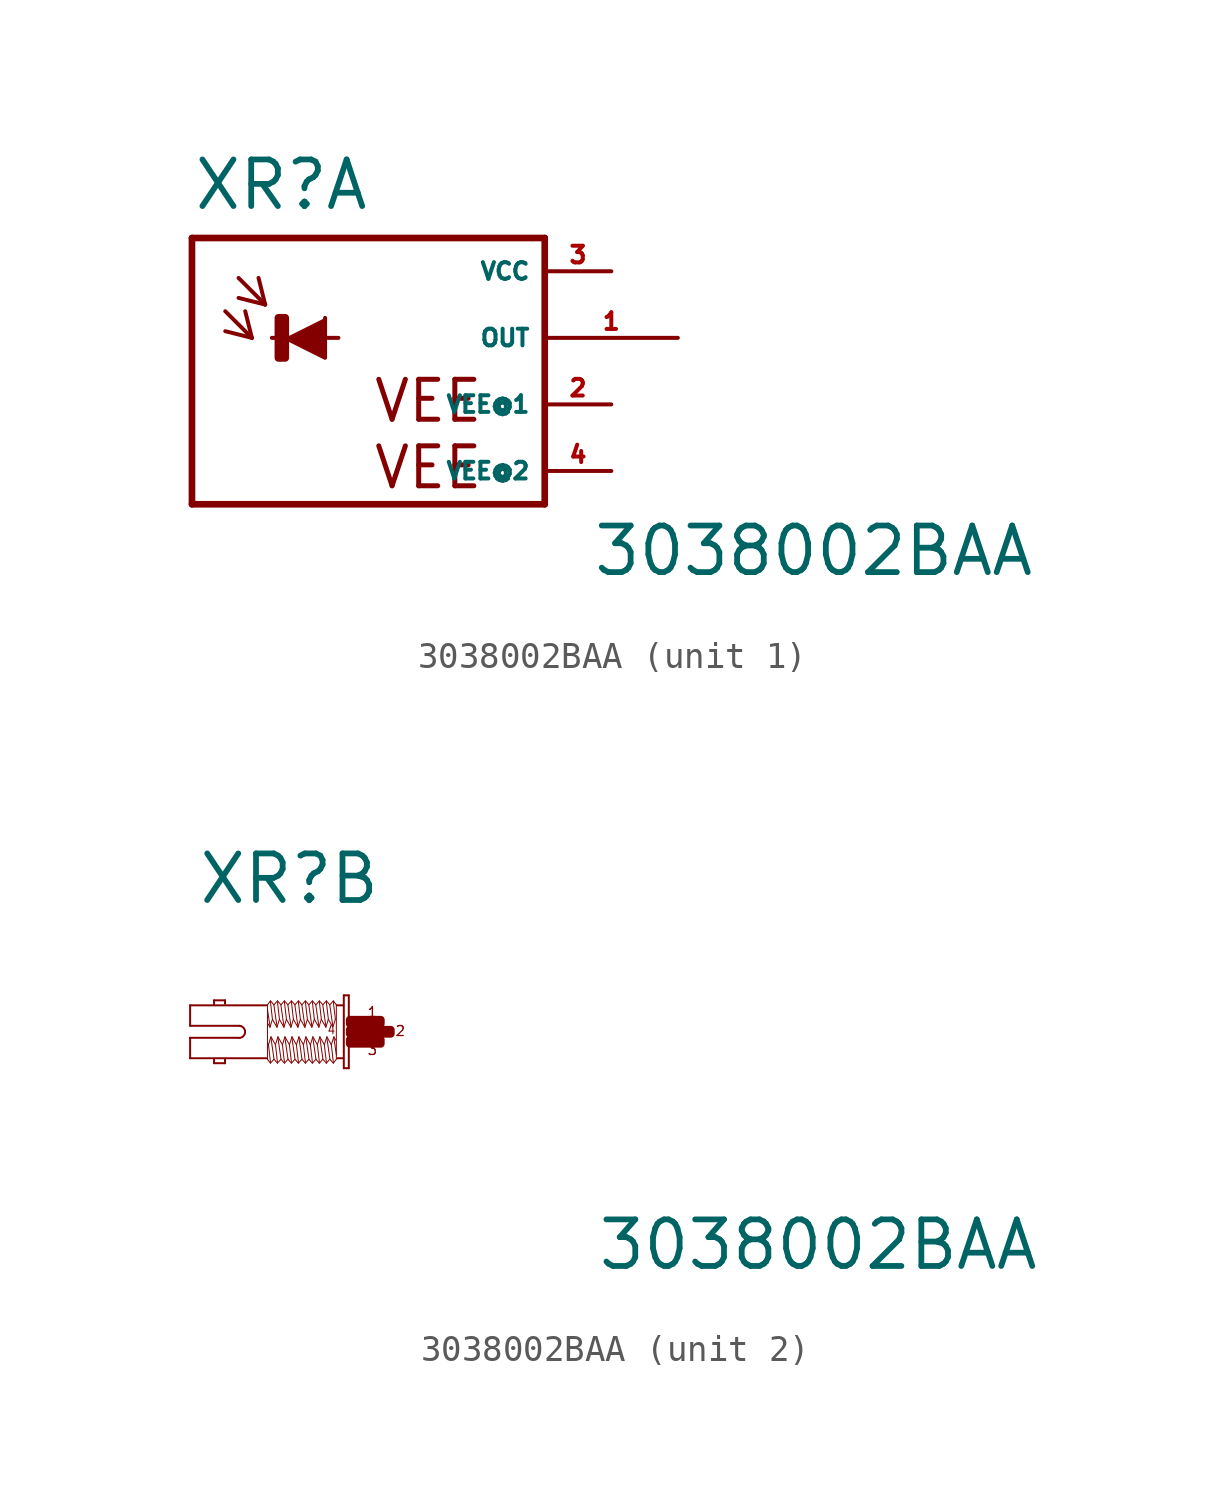
<source format=kicad_sym>
(kicad_symbol_lib
  (version 20220914)
  (generator Eagle2Kicad)
  (symbol "3038002BAA"
    (property "Reference" "XR"
      (at -5.842 4.801 0)
      (effects (font (size 1.778 1.778) (thickness 0.22)) (justify left bottom)))
    (property "Value" "3038002BAA"
      (at 9.398 -9.169 0)
      (effects (font (size 1.778 1.778) (thickness 0.22)) (justify left bottom)))
    (symbol "3038002BAA_1_0"
      (polyline (pts (xy -2.286 0) (xy -0.762 -0.762) (xy -0.762 0.762)) (stroke (width 0.152) (type default)) (fill (type outline)))
      (polyline (pts (xy -4.572 1.016) (xy -3.556 0)) (stroke (width 0.152) (type default)) (fill (type none)))
      (polyline (pts (xy -3.556 0) (xy -3.81 1.016)) (stroke (width 0.152) (type default)) (fill (type none)))
      (polyline (pts (xy -3.556 0) (xy -4.572 0.254)) (stroke (width 0.152) (type default)) (fill (type none)))
      (polyline (pts (xy -4.064 2.286) (xy -3.048 1.27)) (stroke (width 0.152) (type default)) (fill (type none)))
      (polyline (pts (xy -3.048 1.27) (xy -3.302 2.286)) (stroke (width 0.152) (type default)) (fill (type none)))
      (polyline (pts (xy -3.048 1.27) (xy -4.064 1.524)) (stroke (width 0.152) (type default)) (fill (type none)))
      (polyline (pts (xy 7.62 3.81) (xy 7.62 -6.35)) (stroke (width 0.254) (type default)) (fill (type none)))
      (polyline (pts (xy 7.62 -6.35) (xy -5.842 -6.35)) (stroke (width 0.254) (type default)) (fill (type none)))
      (polyline (pts (xy -5.842 -6.35) (xy -5.842 3.81)) (stroke (width 0.254) (type default)) (fill (type none)))
      (polyline (pts (xy -5.842 3.81) (xy 7.62 3.81)) (stroke (width 0.254) (type default)) (fill (type none)))
      (polyline (pts (xy -2.794 0) (xy -0.254 0)) (stroke (width 0.152) (type default)) (fill (type none)))
      (text "VEE" (at 1.016 -3.302 0) (effects (font (size 1.524 1.524) (thickness 0.19)) (justify left bottom)))
      (text "VEE" (at 1.016 -5.842 0) (effects (font (size 1.524 1.524) (thickness 0.19)) (justify left bottom)))
      (rectangle (start -2.54 -0.762) (end -2.286 0.762) (stroke (width 0.3) (type default)) (fill (type outline)))
      (pin unspecified line (at 10.16 2.54 180) (length 2.54) (name "VCC" (effects (font (size 0.635 0.635) (thickness 0.08)) (justify left bottom))) (number "3" (effects (font (size 0.635 0.635) (thickness 0.08)) (justify left bottom))))
      (pin unspecified line (at 10.16 -2.54 180) (length 2.54) (name "VEE@1" (effects (font (size 0.635 0.635) (thickness 0.08)) (justify left bottom))) (number "2" (effects (font (size 0.635 0.635) (thickness 0.08)) (justify left bottom))))
      (pin output line (at 12.7 0 180) (length 5.08) (name "OUT" (effects (font (size 0.635 0.635) (thickness 0.08)) (justify left bottom))) (number "1" (effects (font (size 0.635 0.635) (thickness 0.08)) (justify left bottom))))
      (pin unspecified line (at 10.16 -5.08 180) (length 2.54) (name "VEE@2" (effects (font (size 0.635 0.635) (thickness 0.08)) (justify left bottom))) (number "4" (effects (font (size 0.635 0.635) (thickness 0.08)) (justify left bottom)))))
    (symbol "3038002BAA_2_0"
      (polyline (pts (xy -0.038 1.391) (xy -0.038 -1.391)) (stroke (width 0.076) (type default)) (fill (type none)))
      (polyline (pts (xy -0.038 -1.391) (xy -0.229 -1.391)) (stroke (width 0.076) (type default)) (fill (type none)))
      (polyline (pts (xy -0.229 -1.391) (xy -0.229 1.391)) (stroke (width 0.076) (type default)) (fill (type none)))
      (polyline (pts (xy -0.229 1.391) (xy -0.038 1.391)) (stroke (width 0.076) (type default)) (fill (type none)))
      (polyline (pts (xy -0.267 1.01) (xy -0.476 1.01)) (stroke (width 0.076) (type default)) (fill (type none)))
      (polyline (pts (xy -0.267 -1.01) (xy -0.476 -1.01)) (stroke (width 0.076) (type default)) (fill (type none)))
      (polyline (pts (xy -3.181 -1.01) (xy -6.096 -1.01)) (stroke (width 0.076) (type default)) (fill (type none)))
      (polyline (pts (xy -6.096 -1.01) (xy -6.096 -0.229)) (stroke (width 0.076) (type default)) (fill (type none)))
      (polyline (pts (xy -6.096 -0.229) (xy -4.229 -0.229)) (stroke (width 0.076) (type default)) (fill (type none)))
      (polyline (pts (xy -4.229 0.229) (xy -6.096 0.229)) (stroke (width 0.076) (type default)) (fill (type none)))
      (polyline (pts (xy -6.096 0.229) (xy -6.096 1.01)) (stroke (width 0.076) (type default)) (fill (type none)))
      (polyline (pts (xy -6.096 1.01) (xy -3.181 1.01)) (stroke (width 0.076) (type default)) (fill (type none)))
      (polyline (pts (xy -4.763 -1.029) (xy -4.763 -1.2)) (stroke (width 0.076) (type default)) (fill (type none)))
      (polyline (pts (xy -4.763 -1.2) (xy -5.182 -1.2)) (stroke (width 0.076) (type default)) (fill (type none)))
      (polyline (pts (xy -5.182 -1.2) (xy -5.182 -1.048)) (stroke (width 0.076) (type default)) (fill (type none)))
      (polyline (pts (xy -4.763 1.067) (xy -4.763 1.2)) (stroke (width 0.076) (type default)) (fill (type none)))
      (polyline (pts (xy -4.763 1.2) (xy -5.182 1.2)) (stroke (width 0.076) (type default)) (fill (type none)))
      (polyline (pts (xy -5.182 1.2) (xy -5.182 1.048)) (stroke (width 0.076) (type default)) (fill (type none)))
      (polyline (pts (xy -0.514 -1.048) (xy -0.629 -1.2)) (stroke (width 0.038) (type default)) (fill (type none)))
      (polyline (pts (xy -0.629 -1.2) (xy -0.762 -1.048)) (stroke (width 0.038) (type default)) (fill (type none)))
      (polyline (pts (xy -0.762 -1.048) (xy -0.895 -1.2)) (stroke (width 0.038) (type default)) (fill (type none)))
      (polyline (pts (xy -0.895 -1.2) (xy -1.029 -1.048)) (stroke (width 0.038) (type default)) (fill (type none)))
      (polyline (pts (xy -1.029 -1.048) (xy -1.162 -1.2)) (stroke (width 0.038) (type default)) (fill (type none)))
      (polyline (pts (xy -1.162 -1.2) (xy -1.295 -1.048)) (stroke (width 0.038) (type default)) (fill (type none)))
      (polyline (pts (xy -1.295 -1.048) (xy -1.429 -1.2)) (stroke (width 0.038) (type default)) (fill (type none)))
      (polyline (pts (xy -1.429 -1.2) (xy -1.562 -1.048)) (stroke (width 0.038) (type default)) (fill (type none)))
      (polyline (pts (xy -1.562 -1.048) (xy -1.696 -1.2)) (stroke (width 0.038) (type default)) (fill (type none)))
      (polyline (pts (xy -1.696 -1.2) (xy -1.829 -1.048)) (stroke (width 0.038) (type default)) (fill (type none)))
      (polyline (pts (xy -1.829 -1.048) (xy -1.962 -1.2)) (stroke (width 0.038) (type default)) (fill (type none)))
      (polyline (pts (xy -1.962 -1.2) (xy -2.095 -1.048)) (stroke (width 0.038) (type default)) (fill (type none)))
      (polyline (pts (xy -2.095 -1.048) (xy -2.229 -1.2)) (stroke (width 0.038) (type default)) (fill (type none)))
      (polyline (pts (xy -2.229 -1.2) (xy -2.362 -1.048)) (stroke (width 0.038) (type default)) (fill (type none)))
      (polyline (pts (xy -2.362 -1.048) (xy -2.496 -1.2)) (stroke (width 0.038) (type default)) (fill (type none)))
      (polyline (pts (xy -2.496 -1.2) (xy -2.629 -1.048)) (stroke (width 0.038) (type default)) (fill (type none)))
      (polyline (pts (xy -2.629 -1.048) (xy -2.762 -1.2)) (stroke (width 0.038) (type default)) (fill (type none)))
      (polyline (pts (xy -2.762 -1.2) (xy -2.896 -1.048)) (stroke (width 0.038) (type default)) (fill (type none)))
      (polyline (pts (xy -2.896 -1.048) (xy -3.029 -1.2)) (stroke (width 0.038) (type default)) (fill (type none)))
      (polyline (pts (xy -3.029 -1.2) (xy -3.143 -1.048)) (stroke (width 0.038) (type default)) (fill (type none)))
      (polyline (pts (xy -3.143 -1.048) (xy -3.143 -0.419)) (stroke (width 0.038) (type default)) (fill (type none)))
      (polyline (pts (xy -3.143 -0.419) (xy -3.143 0.857)) (stroke (width 0.038) (type default)) (fill (type none)))
      (polyline (pts (xy -3.143 0.857) (xy -3.143 1.029)) (stroke (width 0.038) (type default)) (fill (type none)))
      (polyline (pts (xy -0.514 1.048) (xy -0.514 1.029)) (stroke (width 0.038) (type default)) (fill (type none)))
      (polyline (pts (xy -0.514 1.029) (xy -0.514 -0.876)) (stroke (width 0.038) (type default)) (fill (type none)))
      (polyline (pts (xy -0.514 -0.876) (xy -0.514 -1.029)) (stroke (width 0.038) (type default)) (fill (type none)))
      (polyline (pts (xy -0.533 -0.324) (xy -0.61 -0.191)) (stroke (width 0.038) (type default)) (fill (type none)))
      (polyline (pts (xy -0.61 -0.191) (xy -0.705 -0.495)) (stroke (width 0.038) (type default)) (fill (type none)))
      (polyline (pts (xy -0.705 -0.495) (xy -0.876 -0.191)) (stroke (width 0.038) (type default)) (fill (type none)))
      (polyline (pts (xy -0.876 -0.191) (xy -0.972 -0.495)) (stroke (width 0.038) (type default)) (fill (type none)))
      (polyline (pts (xy -0.972 -0.495) (xy -1.143 -0.191)) (stroke (width 0.038) (type default)) (fill (type none)))
      (polyline (pts (xy -1.143 -0.191) (xy -1.238 -0.495)) (stroke (width 0.038) (type default)) (fill (type none)))
      (polyline (pts (xy -1.238 -0.495) (xy -1.41 -0.191)) (stroke (width 0.038) (type default)) (fill (type none)))
      (polyline (pts (xy -1.41 -0.191) (xy -1.505 -0.495)) (stroke (width 0.038) (type default)) (fill (type none)))
      (polyline (pts (xy -1.505 -0.495) (xy -1.676 -0.191)) (stroke (width 0.038) (type default)) (fill (type none)))
      (polyline (pts (xy -1.676 -0.191) (xy -1.772 -0.495)) (stroke (width 0.038) (type default)) (fill (type none)))
      (polyline (pts (xy -1.772 -0.495) (xy -1.943 -0.191)) (stroke (width 0.038) (type default)) (fill (type none)))
      (polyline (pts (xy -1.943 -0.191) (xy -2.038 -0.495)) (stroke (width 0.038) (type default)) (fill (type none)))
      (polyline (pts (xy -2.038 -0.495) (xy -2.21 -0.191)) (stroke (width 0.038) (type default)) (fill (type none)))
      (polyline (pts (xy -2.21 -0.191) (xy -2.305 -0.495)) (stroke (width 0.038) (type default)) (fill (type none)))
      (polyline (pts (xy -2.305 -0.495) (xy -2.477 -0.191)) (stroke (width 0.038) (type default)) (fill (type none)))
      (polyline (pts (xy -2.477 -0.191) (xy -2.572 -0.495)) (stroke (width 0.038) (type default)) (fill (type none)))
      (polyline (pts (xy -2.572 -0.495) (xy -2.743 -0.191)) (stroke (width 0.038) (type default)) (fill (type none)))
      (polyline (pts (xy -2.743 -0.191) (xy -2.838 -0.495)) (stroke (width 0.038) (type default)) (fill (type none)))
      (polyline (pts (xy -2.838 -0.495) (xy -3.01 -0.191)) (stroke (width 0.038) (type default)) (fill (type none)))
      (polyline (pts (xy -3.01 -0.191) (xy -3.105 -0.495)) (stroke (width 0.038) (type default)) (fill (type none)))
      (polyline (pts (xy -3.105 -0.495) (xy -3.143 -0.419)) (stroke (width 0.038) (type default)) (fill (type none)))
      (polyline (pts (xy -3.029 -1.162) (xy -3.105 -0.495)) (stroke (width 0.038) (type default)) (fill (type none)))
      (polyline (pts (xy -2.896 -1.029) (xy -3.01 -0.229)) (stroke (width 0.038) (type default)) (fill (type none)))
      (polyline (pts (xy -2.762 -1.162) (xy -2.838 -0.495)) (stroke (width 0.038) (type default)) (fill (type none)))
      (polyline (pts (xy -2.629 -1.029) (xy -2.743 -0.229)) (stroke (width 0.038) (type default)) (fill (type none)))
      (polyline (pts (xy -2.496 -1.162) (xy -2.572 -0.495)) (stroke (width 0.038) (type default)) (fill (type none)))
      (polyline (pts (xy -2.362 -1.029) (xy -2.477 -0.229)) (stroke (width 0.038) (type default)) (fill (type none)))
      (polyline (pts (xy -2.229 -1.162) (xy -2.305 -0.495)) (stroke (width 0.038) (type default)) (fill (type none)))
      (polyline (pts (xy -2.095 -1.029) (xy -2.21 -0.229)) (stroke (width 0.038) (type default)) (fill (type none)))
      (polyline (pts (xy -1.962 -1.162) (xy -2.038 -0.495)) (stroke (width 0.038) (type default)) (fill (type none)))
      (polyline (pts (xy -1.829 -1.029) (xy -1.943 -0.229)) (stroke (width 0.038) (type default)) (fill (type none)))
      (polyline (pts (xy -1.696 -1.162) (xy -1.772 -0.495)) (stroke (width 0.038) (type default)) (fill (type none)))
      (polyline (pts (xy -1.562 -1.029) (xy -1.676 -0.229)) (stroke (width 0.038) (type default)) (fill (type none)))
      (polyline (pts (xy -1.429 -1.162) (xy -1.505 -0.495)) (stroke (width 0.038) (type default)) (fill (type none)))
      (polyline (pts (xy -1.295 -1.029) (xy -1.41 -0.229)) (stroke (width 0.038) (type default)) (fill (type none)))
      (polyline (pts (xy -1.162 -1.162) (xy -1.238 -0.495)) (stroke (width 0.038) (type default)) (fill (type none)))
      (polyline (pts (xy -1.029 -1.029) (xy -1.143 -0.229)) (stroke (width 0.038) (type default)) (fill (type none)))
      (polyline (pts (xy -0.895 -1.162) (xy -0.972 -0.495)) (stroke (width 0.038) (type default)) (fill (type none)))
      (polyline (pts (xy -0.762 -1.029) (xy -0.876 -0.229)) (stroke (width 0.038) (type default)) (fill (type none)))
      (polyline (pts (xy -0.629 -1.162) (xy -0.705 -0.495)) (stroke (width 0.038) (type default)) (fill (type none)))
      (polyline (pts (xy -0.514 -0.876) (xy -0.61 -0.229)) (stroke (width 0.038) (type default)) (fill (type none)))
      (polyline (pts (xy -3.143 1.029) (xy -3.029 1.181)) (stroke (width 0.038) (type default)) (fill (type none)))
      (polyline (pts (xy -3.029 1.181) (xy -2.896 1.029)) (stroke (width 0.038) (type default)) (fill (type none)))
      (polyline (pts (xy -2.896 1.029) (xy -2.762 1.181)) (stroke (width 0.038) (type default)) (fill (type none)))
      (polyline (pts (xy -2.762 1.181) (xy -2.629 1.029)) (stroke (width 0.038) (type default)) (fill (type none)))
      (polyline (pts (xy -2.629 1.029) (xy -2.496 1.181)) (stroke (width 0.038) (type default)) (fill (type none)))
      (polyline (pts (xy -2.496 1.181) (xy -2.362 1.029)) (stroke (width 0.038) (type default)) (fill (type none)))
      (polyline (pts (xy -2.362 1.029) (xy -2.229 1.181)) (stroke (width 0.038) (type default)) (fill (type none)))
      (polyline (pts (xy -2.229 1.181) (xy -2.095 1.029)) (stroke (width 0.038) (type default)) (fill (type none)))
      (polyline (pts (xy -2.095 1.029) (xy -1.962 1.181)) (stroke (width 0.038) (type default)) (fill (type none)))
      (polyline (pts (xy -1.962 1.181) (xy -1.829 1.029)) (stroke (width 0.038) (type default)) (fill (type none)))
      (polyline (pts (xy -1.829 1.029) (xy -1.696 1.181)) (stroke (width 0.038) (type default)) (fill (type none)))
      (polyline (pts (xy -1.696 1.181) (xy -1.562 1.029)) (stroke (width 0.038) (type default)) (fill (type none)))
      (polyline (pts (xy -1.562 1.029) (xy -1.429 1.181)) (stroke (width 0.038) (type default)) (fill (type none)))
      (polyline (pts (xy -1.429 1.181) (xy -1.295 1.029)) (stroke (width 0.038) (type default)) (fill (type none)))
      (polyline (pts (xy -1.295 1.029) (xy -1.162 1.181)) (stroke (width 0.038) (type default)) (fill (type none)))
      (polyline (pts (xy -1.162 1.181) (xy -1.029 1.029)) (stroke (width 0.038) (type default)) (fill (type none)))
      (polyline (pts (xy -1.029 1.029) (xy -0.895 1.181)) (stroke (width 0.038) (type default)) (fill (type none)))
      (polyline (pts (xy -0.895 1.181) (xy -0.762 1.029)) (stroke (width 0.038) (type default)) (fill (type none)))
      (polyline (pts (xy -0.762 1.029) (xy -0.629 1.181)) (stroke (width 0.038) (type default)) (fill (type none)))
      (polyline (pts (xy -0.629 1.181) (xy -0.514 1.029)) (stroke (width 0.038) (type default)) (fill (type none)))
      (polyline (pts (xy -3.124 0.305) (xy -3.048 0.172)) (stroke (width 0.038) (type default)) (fill (type none)))
      (polyline (pts (xy -3.048 0.172) (xy -2.953 0.476)) (stroke (width 0.038) (type default)) (fill (type none)))
      (polyline (pts (xy -2.953 0.476) (xy -2.781 0.172)) (stroke (width 0.038) (type default)) (fill (type none)))
      (polyline (pts (xy -2.781 0.172) (xy -2.686 0.476)) (stroke (width 0.038) (type default)) (fill (type none)))
      (polyline (pts (xy -2.686 0.476) (xy -2.515 0.172)) (stroke (width 0.038) (type default)) (fill (type none)))
      (polyline (pts (xy -2.515 0.172) (xy -2.419 0.476)) (stroke (width 0.038) (type default)) (fill (type none)))
      (polyline (pts (xy -2.419 0.476) (xy -2.248 0.172)) (stroke (width 0.038) (type default)) (fill (type none)))
      (polyline (pts (xy -2.248 0.172) (xy -2.153 0.476)) (stroke (width 0.038) (type default)) (fill (type none)))
      (polyline (pts (xy -2.153 0.476) (xy -1.981 0.172)) (stroke (width 0.038) (type default)) (fill (type none)))
      (polyline (pts (xy -1.981 0.172) (xy -1.886 0.476)) (stroke (width 0.038) (type default)) (fill (type none)))
      (polyline (pts (xy -1.886 0.476) (xy -1.714 0.172)) (stroke (width 0.038) (type default)) (fill (type none)))
      (polyline (pts (xy -1.714 0.172) (xy -1.619 0.476)) (stroke (width 0.038) (type default)) (fill (type none)))
      (polyline (pts (xy -1.619 0.476) (xy -1.448 0.172)) (stroke (width 0.038) (type default)) (fill (type none)))
      (polyline (pts (xy -1.448 0.172) (xy -1.353 0.476)) (stroke (width 0.038) (type default)) (fill (type none)))
      (polyline (pts (xy -1.353 0.476) (xy -1.181 0.172)) (stroke (width 0.038) (type default)) (fill (type none)))
      (polyline (pts (xy -1.181 0.172) (xy -1.086 0.476)) (stroke (width 0.038) (type default)) (fill (type none)))
      (polyline (pts (xy -1.086 0.476) (xy -0.914 0.172)) (stroke (width 0.038) (type default)) (fill (type none)))
      (polyline (pts (xy -0.914 0.172) (xy -0.819 0.476)) (stroke (width 0.038) (type default)) (fill (type none)))
      (polyline (pts (xy -0.819 0.476) (xy -0.648 0.172)) (stroke (width 0.038) (type default)) (fill (type none)))
      (polyline (pts (xy -0.648 0.172) (xy -0.552 0.476)) (stroke (width 0.038) (type default)) (fill (type none)))
      (polyline (pts (xy -0.629 1.143) (xy -0.552 0.476)) (stroke (width 0.038) (type default)) (fill (type none)))
      (polyline (pts (xy -0.762 1.01) (xy -0.648 0.21)) (stroke (width 0.038) (type default)) (fill (type none)))
      (polyline (pts (xy -0.895 1.143) (xy -0.819 0.476)) (stroke (width 0.038) (type default)) (fill (type none)))
      (polyline (pts (xy -1.029 1.01) (xy -0.914 0.21)) (stroke (width 0.038) (type default)) (fill (type none)))
      (polyline (pts (xy -1.162 1.143) (xy -1.086 0.476)) (stroke (width 0.038) (type default)) (fill (type none)))
      (polyline (pts (xy -1.295 1.01) (xy -1.181 0.21)) (stroke (width 0.038) (type default)) (fill (type none)))
      (polyline (pts (xy -1.429 1.143) (xy -1.353 0.476)) (stroke (width 0.038) (type default)) (fill (type none)))
      (polyline (pts (xy -1.562 1.01) (xy -1.448 0.21)) (stroke (width 0.038) (type default)) (fill (type none)))
      (polyline (pts (xy -1.696 1.143) (xy -1.619 0.476)) (stroke (width 0.038) (type default)) (fill (type none)))
      (polyline (pts (xy -1.829 1.01) (xy -1.714 0.21)) (stroke (width 0.038) (type default)) (fill (type none)))
      (polyline (pts (xy -1.962 1.143) (xy -1.886 0.476)) (stroke (width 0.038) (type default)) (fill (type none)))
      (polyline (pts (xy -2.095 1.01) (xy -1.981 0.21)) (stroke (width 0.038) (type default)) (fill (type none)))
      (polyline (pts (xy -2.229 1.143) (xy -2.153 0.476)) (stroke (width 0.038) (type default)) (fill (type none)))
      (polyline (pts (xy -2.362 1.01) (xy -2.248 0.21)) (stroke (width 0.038) (type default)) (fill (type none)))
      (polyline (pts (xy -2.496 1.143) (xy -2.419 0.476)) (stroke (width 0.038) (type default)) (fill (type none)))
      (polyline (pts (xy -2.629 1.01) (xy -2.515 0.21)) (stroke (width 0.038) (type default)) (fill (type none)))
      (polyline (pts (xy -2.762 1.143) (xy -2.686 0.476)) (stroke (width 0.038) (type default)) (fill (type none)))
      (polyline (pts (xy -2.896 1.01) (xy -2.781 0.21)) (stroke (width 0.038) (type default)) (fill (type none)))
      (polyline (pts (xy -3.029 1.143) (xy -2.953 0.476)) (stroke (width 0.038) (type default)) (fill (type none)))
      (polyline (pts (xy -3.143 0.857) (xy -3.048 0.21)) (stroke (width 0.038) (type default)) (fill (type none)))
      (arc (start -4.2291 -0.2286) (mid -4.001 0.000) (end -4.2291 0.2286) (stroke (width 0.0762) (type default)) (fill (type none)))
      (text "1" (at 0.648 0.533 0) (effects (font (size 0.381 0.381) (thickness 0.05)) (justify left bottom)))
      (text "3" (at 0.648 -0.914 0) (effects (font (size 0.381 0.381) (thickness 0.05)) (justify left bottom)))
      (text "2" (at 1.714 -0.191 0) (effects (font (size 0.381 0.381) (thickness 0.05)) (justify left bottom)))
      (text "4" (at -0.876 -0.114 0) (effects (font (size 0.305 0.305) (thickness 0.04)) (justify left bottom)))
      (rectangle (start 0.762 -0.076) (end 1.562 0.076) (stroke (width 0.3) (type default)) (fill (type outline)))
      (rectangle (start 0 -0.076) (end 0.495 0.076) (stroke (width 0.3) (type default)) (fill (type outline)))
      (rectangle (start 0 0.305) (end 0.876 0.457) (stroke (width 0.3) (type default)) (fill (type outline)))
      (rectangle (start 0 -0.457) (end 0.876 -0.305) (stroke (width 0.3) (type default)) (fill (type outline)))
      (rectangle (start 0.838 -0.457) (end 1.181 -0.305) (stroke (width 0.3) (type default)) (fill (type outline)))
      (rectangle (start 0.457 -0.076) (end 0.8 0.076) (stroke (width 0.3) (type default)) (fill (type outline)))
      (rectangle (start 0.838 0.305) (end 1.181 0.457) (stroke (width 0.3) (type default)) (fill (type outline))))))
</source>
